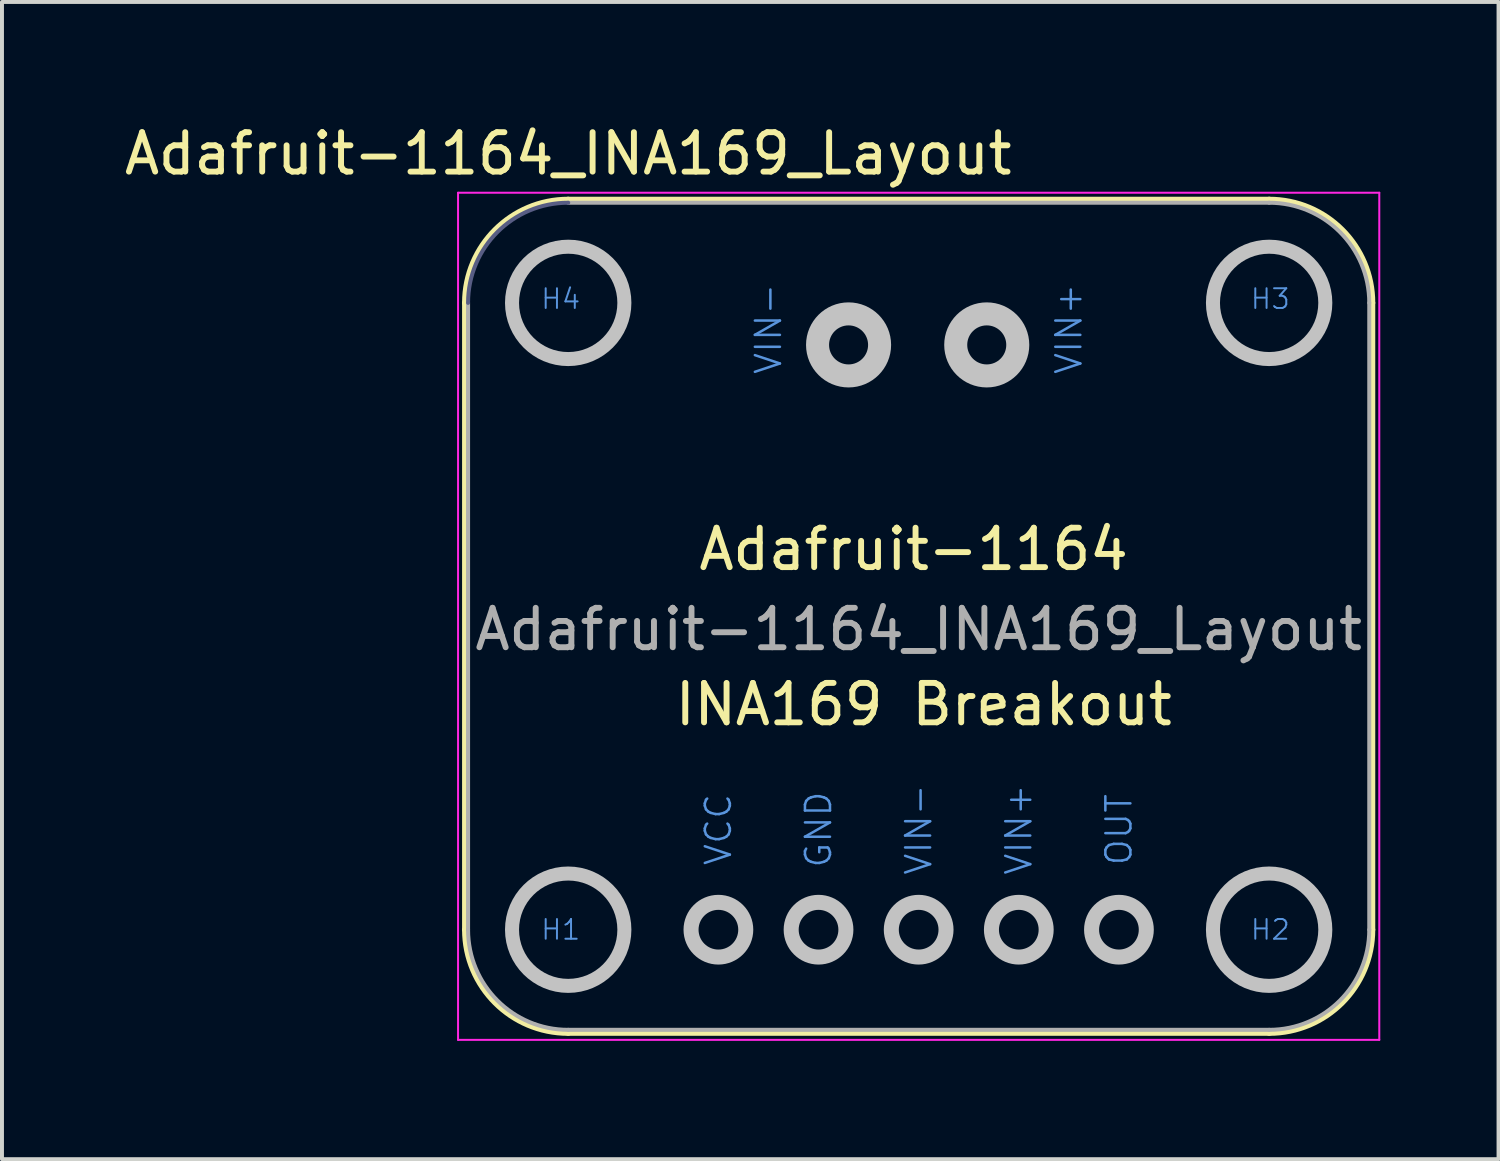
<source format=kicad_pcb>
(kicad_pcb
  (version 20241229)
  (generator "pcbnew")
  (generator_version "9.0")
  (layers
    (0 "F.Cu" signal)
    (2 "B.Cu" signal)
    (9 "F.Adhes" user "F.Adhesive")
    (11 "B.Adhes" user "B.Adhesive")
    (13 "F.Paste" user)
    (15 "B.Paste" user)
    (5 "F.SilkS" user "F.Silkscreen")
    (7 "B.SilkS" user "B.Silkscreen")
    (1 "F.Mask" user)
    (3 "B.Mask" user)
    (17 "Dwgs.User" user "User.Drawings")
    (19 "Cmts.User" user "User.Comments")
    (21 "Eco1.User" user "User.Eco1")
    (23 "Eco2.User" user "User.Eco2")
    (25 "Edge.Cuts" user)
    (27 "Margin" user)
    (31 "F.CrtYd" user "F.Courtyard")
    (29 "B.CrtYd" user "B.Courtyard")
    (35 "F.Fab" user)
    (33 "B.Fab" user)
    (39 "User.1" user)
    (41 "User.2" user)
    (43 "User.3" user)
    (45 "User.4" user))
  (footprint "Adafruit-1164_INA169_Layout"
    (layer "F.Cu")
    (at 15.173 20.533)
    (property "Reference" "Adafruit-1164_INA169_Layout" (at 5.08 -7.62 0) (layer "F.Fab") (effects (font (size 1 1) (thickness 0.15))))
    (attr through_hole)
    (fp_line (start -6.426 0) (end -6.426 -15.9) (stroke (width 0.152) (type solid)) (layer "F.SilkS"))
    (fp_line (start -3.81 -18.517) (end 13.97 -18.517) (stroke (width 0.152) (type solid)) (layer "F.SilkS"))
    (fp_line (start -3.81 2.616) (end 13.97 2.616) (stroke (width 0.152) (type solid)) (layer "F.SilkS"))
    (fp_line (start 16.586 -15.9) (end 16.586 0) (stroke (width 0.152) (type solid)) (layer "F.SilkS"))
    (fp_arc (start -6.4262 -15.9004) (mid -5.659933 -17.750333) (end -3.81 -18.5166) (stroke (width 0.1524) (type solid)) (layer "F.SilkS"))
    (fp_arc (start -3.81 2.6162) (mid -5.659933 1.849933) (end -6.4262 0) (stroke (width 0.1524) (type solid)) (layer "F.SilkS"))
    (fp_arc (start 13.97 -18.5166) (mid 15.819933 -17.750333) (end 16.5862 -15.9004) (stroke (width 0.1524) (type solid)) (layer "F.SilkS"))
    (fp_arc (start 16.5862 0) (mid 15.819933 1.849933) (end 13.97 2.6162) (stroke (width 0.1524) (type solid)) (layer "F.SilkS"))
    (fp_circle (center -3.81 -15.9) (end -2.385 -15.9) (stroke (width 0.356) (type solid)) (fill no) (layer "Dwgs.User"))
    (fp_circle (center -3.81 0) (end -2.385 0) (stroke (width 0.356) (type solid)) (fill no) (layer "Dwgs.User"))
    (fp_circle (center 0 0) (end 0 -0.694) (stroke (width 0.381) (type solid)) (fill no) (layer "Dwgs.User"))
    (fp_circle (center 2.54 0) (end 2.54 -0.694) (stroke (width 0.381) (type solid)) (fill no) (layer "Dwgs.User"))
    (fp_circle (center 3.302 -14.834) (end 3.302 -15.621) (stroke (width 0.584) (type solid)) (fill no) (layer "Dwgs.User"))
    (fp_circle (center 5.08 0) (end 5.08 -0.694) (stroke (width 0.381) (type solid)) (fill no) (layer "Dwgs.User"))
    (fp_circle (center 6.807 -14.834) (end 6.807 -15.621) (stroke (width 0.584) (type solid)) (fill no) (layer "Dwgs.User"))
    (fp_circle (center 7.62 0) (end 7.62 -0.694) (stroke (width 0.381) (type solid)) (fill no) (layer "Dwgs.User"))
    (fp_circle (center 10.16 0) (end 10.16 -0.694) (stroke (width 0.381) (type solid)) (fill no) (layer "Dwgs.User"))
    (fp_circle (center 13.97 -15.9) (end 15.395 -15.9) (stroke (width 0.356) (type solid)) (fill no) (layer "Dwgs.User"))
    (fp_circle (center 13.97 0) (end 15.395 0) (stroke (width 0.356) (type solid)) (fill no) (layer "Dwgs.User"))
    (fp_line (start -6.604 -18.694) (end 16.764 -18.694) (stroke (width 0.051) (type solid)) (layer "F.CrtYd"))
    (fp_line (start -6.604 2.794) (end -6.604 -18.694) (stroke (width 0.051) (type solid)) (layer "F.CrtYd"))
    (fp_line (start -6.604 2.794) (end 16.764 2.794) (stroke (width 0.051) (type solid)) (layer "F.CrtYd"))
    (fp_line (start 16.764 -18.694) (end 16.764 2.794) (stroke (width 0.051) (type solid)) (layer "F.CrtYd"))
    (fp_arc (start -6.35 -15.9004) (mid -5.606051 -17.696451) (end -3.81 -18.4404) (stroke (width 0.1016) (type solid)) (layer "B.Fab"))
    (fp_line (start -6.35 0) (end -6.35 -15.9) (stroke (width 0.102) (type solid)) (layer "F.Fab"))
    (fp_line (start -3.81 -18.44) (end 13.97 -18.44) (stroke (width 0.102) (type solid)) (layer "F.Fab"))
    (fp_line (start -3.81 2.54) (end 13.97 2.54) (stroke (width 0.102) (type solid)) (layer "F.Fab"))
    (fp_line (start 16.51 -15.9) (end 16.51 0) (stroke (width 0.102) (type solid)) (layer "F.Fab"))
    (fp_arc (start -3.81 2.54) (mid -5.606051 1.796051) (end -6.35 0) (stroke (width 0.1016) (type solid)) (layer "F.Fab"))
    (fp_arc (start 13.97 -18.4404) (mid 15.766051 -17.696451) (end 16.51 -15.9004) (stroke (width 0.1016) (type solid)) (layer "F.Fab"))
    (fp_arc (start 16.51 0) (mid 15.766051 1.796051) (end 13.97 2.54) (stroke (width 0.1016) (type solid)) (layer "F.Fab"))
    (fp_text user "${REFERENCE}" (at -3.81 -19.685 0) (layer "F.SilkS") (effects (font (size 1 1) (thickness 0.15))))
    (fp_text user "Adafruit-1164" (at 4.953 -9.652 0) (layer "F.SilkS") (effects (font (size 1 1) (thickness 0.15))))
    (fp_text user "INA169 Breakout" (at 5.207 -5.715 0) (layer "F.SilkS") (effects (font (size 1 1) (thickness 0.15))))
    (fp_text user "GND" (at 2.54 -2.54 90) (layer "Cmts.User") (effects (font (size 0.635 0.635) (thickness 0.064))))
    (fp_text user "H3" (at 14 -16 0) (layer "Cmts.User") (effects (font (size 0.5 0.5) (thickness 0.05))))
    (fp_text user "H2" (at 14 0 0) (layer "Cmts.User") (effects (font (size 0.5 0.5) (thickness 0.05))))
    (fp_text user "VIN-" (at 5.08 -2.54 90) (layer "Cmts.User") (effects (font (size 0.635 0.635) (thickness 0.064))))
    (fp_text user "H1" (at -4 0 0) (layer "Cmts.User") (effects (font (size 0.5 0.5) (thickness 0.05))))
    (fp_text user "OUT" (at 10.16 -2.54 90) (layer "Cmts.User") (effects (font (size 0.635 0.635) (thickness 0.064))))
    (fp_text user "VIN+" (at 7.62 -2.54 90) (layer "Cmts.User") (effects (font (size 0.635 0.635) (thickness 0.064))))
    (fp_text user "VIN-" (at 1.27 -15.24 90) (layer "Cmts.User") (effects (font (size 0.635 0.635) (thickness 0.064))))
    (fp_text user "H4" (at -4 -16 0) (layer "Cmts.User") (effects (font (size 0.5 0.5) (thickness 0.05))))
    (fp_text user "VIN+" (at 8.89 -15.24 90) (layer "Cmts.User") (effects (font (size 0.635 0.635) (thickness 0.064))))
    (fp_text user "VCC" (at 0 -2.54 90) (layer "Cmts.User") (effects (font (size 0.635 0.635) (thickness 0.064))))
    (fp_text user "${REFERENCE}" (at -1.27 -17.145 0) (layer "Eco1.User") (effects (font (size 0.508 0.508) (thickness 0.051)))))
  (gr_rect
    (start -3 -3)
    (end 34.962 26.353)
    (stroke (width 0.1) (type default))
    (fill no)
    (layer "Edge.Cuts")))
</source>
